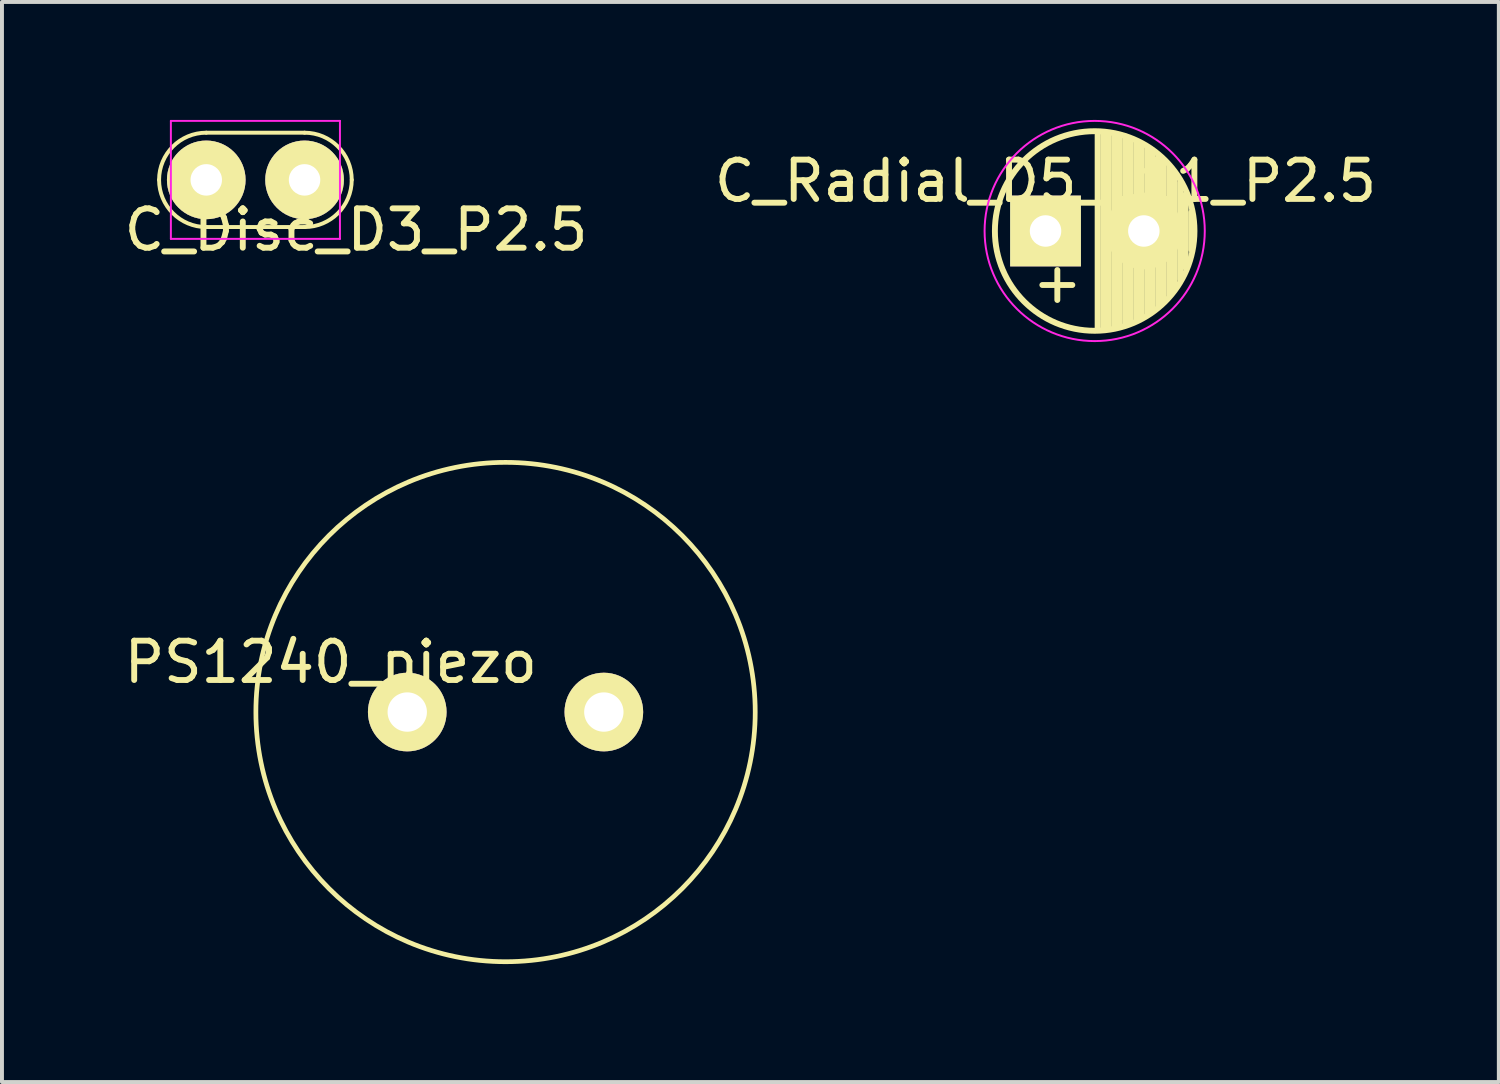
<source format=kicad_pcb>
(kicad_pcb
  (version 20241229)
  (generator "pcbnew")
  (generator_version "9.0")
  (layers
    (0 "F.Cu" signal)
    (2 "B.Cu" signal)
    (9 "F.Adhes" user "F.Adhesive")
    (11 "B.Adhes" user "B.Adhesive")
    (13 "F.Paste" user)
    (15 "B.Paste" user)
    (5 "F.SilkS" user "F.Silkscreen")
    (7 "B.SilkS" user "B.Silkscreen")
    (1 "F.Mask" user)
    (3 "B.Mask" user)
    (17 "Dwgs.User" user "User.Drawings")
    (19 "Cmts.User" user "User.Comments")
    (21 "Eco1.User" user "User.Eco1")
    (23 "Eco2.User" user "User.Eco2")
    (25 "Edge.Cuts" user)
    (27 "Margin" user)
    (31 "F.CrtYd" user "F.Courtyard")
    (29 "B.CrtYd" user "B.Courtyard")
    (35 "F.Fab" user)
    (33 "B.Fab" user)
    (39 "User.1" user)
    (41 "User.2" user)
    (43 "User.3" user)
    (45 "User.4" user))
  (footprint "C_Disc_D3_P2.5"
    (layer "F.Cu")
    (at 2.196 1.525)
    (property "Reference" "C_Disc_D3_P2.5" (at 3.81 1.27 0) (layer "F.SilkS") (effects (font (size 1 1) (thickness 0.15))))
    (attr through_hole)
    (fp_line (start 0 -1.2) (end 2.5 -1.2) (stroke (width 0.1) (type solid)) (layer "F.SilkS"))
    (fp_line (start 0 1.2) (end 2.5 1.2) (stroke (width 0.1) (type solid)) (layer "F.SilkS"))
    (fp_arc (start -1.2 0) (mid -0.848528 -0.848528) (end 0 -1.2) (stroke (width 0.1) (type solid)) (layer "F.SilkS"))
    (fp_arc (start 0 1.2) (mid -0.848528 0.848528) (end -1.2 0) (stroke (width 0.1) (type solid)) (layer "F.SilkS"))
    (fp_arc (start 2.5 -1.2) (mid 3.348528 -0.848528) (end 3.7 0) (stroke (width 0.1) (type solid)) (layer "F.SilkS"))
    (fp_arc (start 3.7 0) (mid 3.348528 0.848528) (end 2.5 1.2) (stroke (width 0.1) (type solid)) (layer "F.SilkS"))
    (fp_line (start -0.9 -1.5) (end 3.4 -1.5) (stroke (width 0.05) (type solid)) (layer "F.CrtYd"))
    (fp_line (start -0.9 1.5) (end -0.9 -1.5) (stroke (width 0.05) (type solid)) (layer "F.CrtYd"))
    (fp_line (start 3.4 -1.5) (end 3.4 1.5) (stroke (width 0.05) (type solid)) (layer "F.CrtYd"))
    (fp_line (start 3.4 1.5) (end -0.9 1.5) (stroke (width 0.05) (type solid)) (layer "F.CrtYd"))
    (pad "1" thru_hole circle (at 0 0) (size 2 2) (drill 0.8) (layers "*.Cu" "*.Mask" "F.SilkS"))
    (pad "2" thru_hole circle (at 2.5 0) (size 2 2) (drill 0.8) (layers "*.Cu" "*.Mask" "F.SilkS")))
  (footprint "C_Radial_D5_L11_P2.5"
    (layer "F.Cu")
    (at 23.542 2.825)
    (property "Reference" "C_Radial_D5_L11_P2.5" (at 0 -1.27 0) (layer "F.SilkS") (effects (font (size 1 1) (thickness 0.15))))
    (attr through_hole)
    (fp_line (start 1.325 -2.499) (end 1.325 2.499) (stroke (width 0.15) (type solid)) (layer "F.SilkS"))
    (fp_line (start 1.465 -2.491) (end 1.465 2.491) (stroke (width 0.15) (type solid)) (layer "F.SilkS"))
    (fp_line (start 1.605 -2.475) (end 1.605 -0.095) (stroke (width 0.15) (type solid)) (layer "F.SilkS"))
    (fp_line (start 1.605 0.095) (end 1.605 2.475) (stroke (width 0.15) (type solid)) (layer "F.SilkS"))
    (fp_line (start 1.745 -2.451) (end 1.745 -0.49) (stroke (width 0.15) (type solid)) (layer "F.SilkS"))
    (fp_line (start 1.745 0.49) (end 1.745 2.451) (stroke (width 0.15) (type solid)) (layer "F.SilkS"))
    (fp_line (start 1.885 -2.418) (end 1.885 -0.657) (stroke (width 0.15) (type solid)) (layer "F.SilkS"))
    (fp_line (start 1.885 0.657) (end 1.885 2.418) (stroke (width 0.15) (type solid)) (layer "F.SilkS"))
    (fp_line (start 2.025 -2.377) (end 2.025 -0.764) (stroke (width 0.15) (type solid)) (layer "F.SilkS"))
    (fp_line (start 2.025 0.764) (end 2.025 2.377) (stroke (width 0.15) (type solid)) (layer "F.SilkS"))
    (fp_line (start 2.165 -2.327) (end 2.165 -0.835) (stroke (width 0.15) (type solid)) (layer "F.SilkS"))
    (fp_line (start 2.165 0.835) (end 2.165 2.327) (stroke (width 0.15) (type solid)) (layer "F.SilkS"))
    (fp_line (start 2.305 -2.266) (end 2.305 -0.879) (stroke (width 0.15) (type solid)) (layer "F.SilkS"))
    (fp_line (start 2.305 0.879) (end 2.305 2.266) (stroke (width 0.15) (type solid)) (layer "F.SilkS"))
    (fp_line (start 2.445 -2.196) (end 2.445 -0.898) (stroke (width 0.15) (type solid)) (layer "F.SilkS"))
    (fp_line (start 2.445 0.898) (end 2.445 2.196) (stroke (width 0.15) (type solid)) (layer "F.SilkS"))
    (fp_line (start 2.585 -2.114) (end 2.585 -0.896) (stroke (width 0.15) (type solid)) (layer "F.SilkS"))
    (fp_line (start 2.585 0.896) (end 2.585 2.114) (stroke (width 0.15) (type solid)) (layer "F.SilkS"))
    (fp_line (start 2.725 -2.019) (end 2.725 -0.871) (stroke (width 0.15) (type solid)) (layer "F.SilkS"))
    (fp_line (start 2.725 0.871) (end 2.725 2.019) (stroke (width 0.15) (type solid)) (layer "F.SilkS"))
    (fp_line (start 2.865 -1.908) (end 2.865 -0.823) (stroke (width 0.15) (type solid)) (layer "F.SilkS"))
    (fp_line (start 2.865 0.823) (end 2.865 1.908) (stroke (width 0.15) (type solid)) (layer "F.SilkS"))
    (fp_line (start 3.005 -1.78) (end 3.005 -0.745) (stroke (width 0.15) (type solid)) (layer "F.SilkS"))
    (fp_line (start 3.005 0.745) (end 3.005 1.78) (stroke (width 0.15) (type solid)) (layer "F.SilkS"))
    (fp_line (start 3.145 -1.631) (end 3.145 -0.628) (stroke (width 0.15) (type solid)) (layer "F.SilkS"))
    (fp_line (start 3.145 0.628) (end 3.145 1.631) (stroke (width 0.15) (type solid)) (layer "F.SilkS"))
    (fp_line (start 3.285 -1.452) (end 3.285 -0.44) (stroke (width 0.15) (type solid)) (layer "F.SilkS"))
    (fp_line (start 3.285 0.44) (end 3.285 1.452) (stroke (width 0.15) (type solid)) (layer "F.SilkS"))
    (fp_line (start 3.425 -1.233) (end 3.425 1.233) (stroke (width 0.15) (type solid)) (layer "F.SilkS"))
    (fp_line (start 3.565 -0.944) (end 3.565 0.944) (stroke (width 0.15) (type solid)) (layer "F.SilkS"))
    (fp_line (start 3.705 -0.472) (end 3.705 0.472) (stroke (width 0.15) (type solid)) (layer "F.SilkS"))
    (fp_circle (center 1.25 0) (end 1.25 -2.538) (stroke (width 0.15) (type solid)) (fill no) (layer "F.SilkS"))
    (fp_circle (center 2.5 0) (end 2.5 -0.9) (stroke (width 0.15) (type solid)) (fill no) (layer "F.SilkS"))
    (fp_circle (center 1.25 0) (end 1.25 -2.8) (stroke (width 0.05) (type solid)) (fill no) (layer "F.CrtYd"))
    (fp_text user "+" (at 0.3 1.3 0) (layer "F.SilkS") (effects (font (size 1 1) (thickness 0.15))))
    (pad "1" thru_hole rect (at 0 0) (size 1.8 1.8) (drill 0.8) (layers "*.Cu" "*.Mask" "F.SilkS"))
    (pad "2" thru_hole circle (at 2.5 0) (size 1.8 1.8) (drill 0.8) (layers "*.Cu" "*.Mask" "F.SilkS")))
  (footprint "PS1240_piezo"
    (layer "F.Cu")
    (at 9.808 15.06)
    (property "Reference" "PS1240_piezo" (at -4.445 -1.27 0) (layer "F.SilkS") (effects (font (size 1 1) (thickness 0.15))))
    (attr through_hole)
    (fp_circle (center 0 0) (end 6.35 0) (stroke (width 0.12) (type solid)) (fill no) (layer "F.SilkS"))
    (pad "1" thru_hole circle (at -2.5 0 180) (size 2 2) (drill 1.001) (layers "*.Cu" "*.Mask" "F.SilkS"))
    (pad "2" thru_hole circle (at 2.5 0 180) (size 2 2) (drill 1.001) (layers "*.Cu" "*.Mask" "F.SilkS")))
  (gr_rect
    (start -3 -3)
    (end 35.071 24.47)
    (stroke (width 0.1) (type default))
    (fill no)
    (layer "Edge.Cuts")))
</source>
